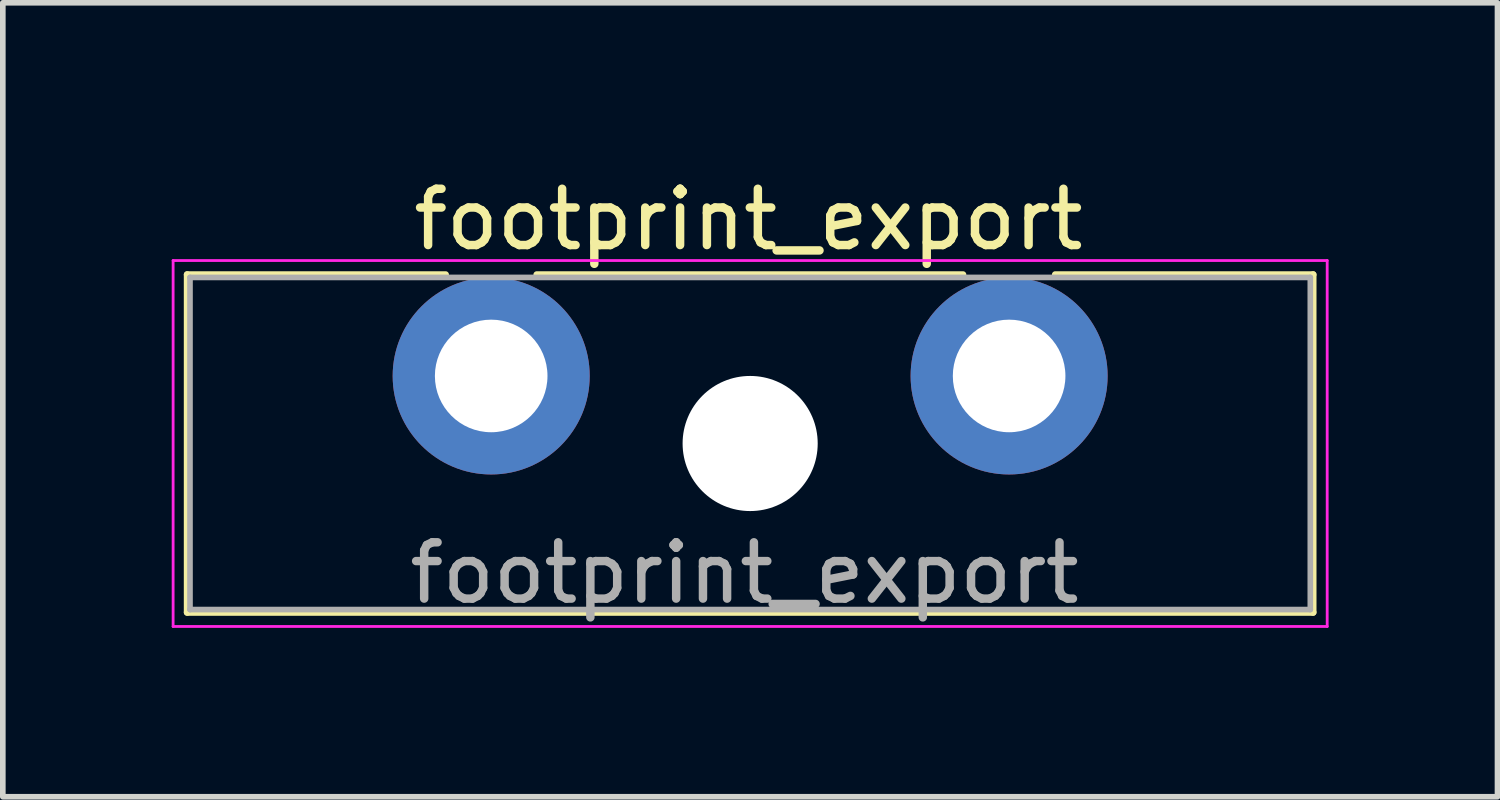
<source format=kicad_pcb>
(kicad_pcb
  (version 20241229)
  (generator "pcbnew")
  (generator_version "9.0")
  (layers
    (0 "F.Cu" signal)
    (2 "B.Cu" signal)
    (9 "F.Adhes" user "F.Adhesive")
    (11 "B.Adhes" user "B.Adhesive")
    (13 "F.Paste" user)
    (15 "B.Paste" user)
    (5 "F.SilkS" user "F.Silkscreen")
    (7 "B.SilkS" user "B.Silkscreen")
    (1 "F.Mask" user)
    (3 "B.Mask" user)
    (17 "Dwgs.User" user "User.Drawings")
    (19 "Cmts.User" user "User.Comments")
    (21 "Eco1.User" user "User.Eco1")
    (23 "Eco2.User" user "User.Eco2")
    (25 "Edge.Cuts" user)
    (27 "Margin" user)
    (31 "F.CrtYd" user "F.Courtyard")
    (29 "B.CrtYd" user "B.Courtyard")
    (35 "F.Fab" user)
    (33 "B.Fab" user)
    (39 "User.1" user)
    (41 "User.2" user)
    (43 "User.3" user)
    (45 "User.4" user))
  (footprint "footprint_export"
    (layer "F.Cu")
    (at 5.675 3.628)
    (property "Reference" "footprint_export" (at 4.57 -2.78 0) (layer "F.SilkS") (effects (font (size 1 1) (thickness 0.15))))
    (attr through_hole)
    (fp_line (start -5.4 -1.8) (end -0.81 -1.8) (stroke (width 0.12) (type solid)) (layer "F.SilkS"))
    (fp_line (start -5.4 4.2) (end -5.4 -1.8) (stroke (width 0.12) (type solid)) (layer "F.SilkS"))
    (fp_line (start 0.81 -1.8) (end 8.38 -1.8) (stroke (width 0.12) (type solid)) (layer "F.SilkS"))
    (fp_line (start 10.02 -1.8) (end 14.6 -1.8) (stroke (width 0.12) (type solid)) (layer "F.SilkS"))
    (fp_line (start 14.6 -1.8) (end 14.6 4.2) (stroke (width 0.12) (type solid)) (layer "F.SilkS"))
    (fp_line (start 14.6 4.2) (end -5.4 4.2) (stroke (width 0.12) (type solid)) (layer "F.SilkS"))
    (fp_line (start -5.65 -2.05) (end -5.65 4.45) (stroke (width 0.05) (type solid)) (layer "F.CrtYd"))
    (fp_line (start -5.65 -2.05) (end 14.85 -2.05) (stroke (width 0.05) (type solid)) (layer "F.CrtYd"))
    (fp_line (start 14.85 4.45) (end -5.65 4.45) (stroke (width 0.05) (type solid)) (layer "F.CrtYd"))
    (fp_line (start 14.85 4.45) (end 14.85 -2.05) (stroke (width 0.05) (type solid)) (layer "F.CrtYd"))
    (fp_line (start -5.35 -1.75) (end 14.55 -1.75) (stroke (width 0.1) (type solid)) (layer "F.Fab"))
    (fp_line (start -5.35 4.15) (end -5.35 -1.75) (stroke (width 0.1) (type solid)) (layer "F.Fab"))
    (fp_line (start 14.55 -1.75) (end 14.55 4.15) (stroke (width 0.1) (type solid)) (layer "F.Fab"))
    (fp_line (start 14.55 4.15) (end -5.35 4.15) (stroke (width 0.1) (type solid)) (layer "F.Fab"))
    (fp_text user "${REFERENCE}" (at 4.5 3.5 0) (layer "F.Fab") (effects (font (size 1 1) (thickness 0.15))))
    (pad "" np_thru_hole circle (at 4.6 1.2) (size 2.4 2.4) (drill 2.4) (layers "*.Cu" "*.Mask"))
    (pad "1" thru_hole circle (at 0 0) (size 3.5 3.5) (drill 2) (layers "*.Cu" "*.Mask"))
    (pad "2" thru_hole circle (at 9.2 0) (size 3.5 3.5) (drill 2) (layers "*.Cu" "*.Mask")))
  (gr_rect
    (start -3 -3)
    (end 23.55 11.103)
    (stroke (width 0.1) (type default))
    (fill no)
    (layer "Edge.Cuts")))
</source>
